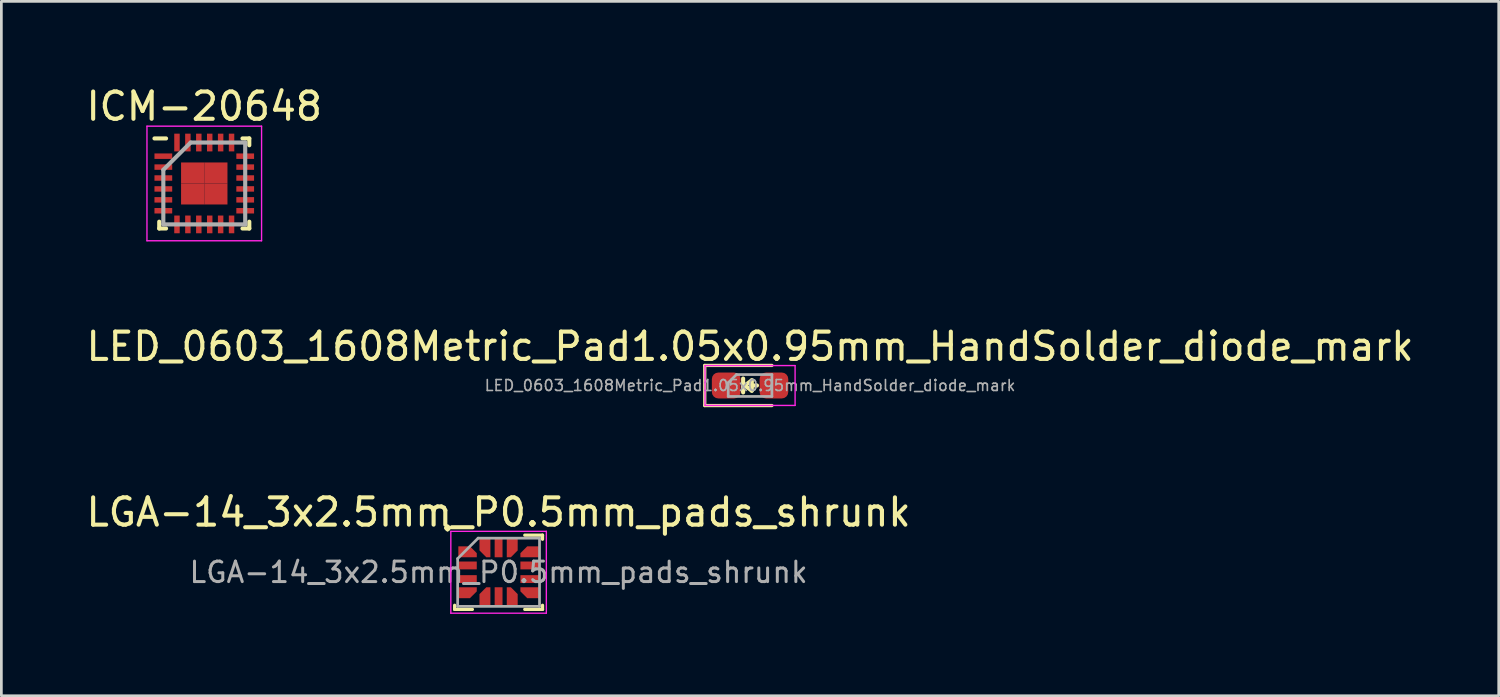
<source format=kicad_pcb>
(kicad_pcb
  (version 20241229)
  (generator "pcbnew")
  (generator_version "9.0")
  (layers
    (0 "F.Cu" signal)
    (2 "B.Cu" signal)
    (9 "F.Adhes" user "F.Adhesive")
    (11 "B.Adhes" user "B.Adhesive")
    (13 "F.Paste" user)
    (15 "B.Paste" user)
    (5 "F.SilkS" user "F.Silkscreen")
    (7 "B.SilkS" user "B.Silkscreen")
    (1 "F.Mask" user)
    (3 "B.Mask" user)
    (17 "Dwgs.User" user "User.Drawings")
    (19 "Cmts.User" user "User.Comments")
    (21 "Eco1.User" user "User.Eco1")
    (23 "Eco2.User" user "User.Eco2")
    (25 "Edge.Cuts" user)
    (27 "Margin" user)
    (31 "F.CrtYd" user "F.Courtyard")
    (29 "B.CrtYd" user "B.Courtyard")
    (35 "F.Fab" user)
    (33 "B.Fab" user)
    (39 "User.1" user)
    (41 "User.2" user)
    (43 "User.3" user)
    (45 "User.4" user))
  (footprint "LGA-14_3x2.5mm_P0.5mm_pads_shrunk"
    (layer "F.Cu")
    (at 15.22 17.92)
    (property "Reference" "LGA-14_3x2.5mm_P0.5mm_pads_shrunk" (at 0 -2.2 0) (layer "F.SilkS") (effects (font (size 1 1) (thickness 0.15))))
    (attr smd)
    (fp_line (start -1.61 1.36) (end -1.61 1.21) (stroke (width 0.12) (type solid)) (layer "F.SilkS"))
    (fp_line (start -0.96 1.36) (end -1.61 1.36) (stroke (width 0.12) (type solid)) (layer "F.SilkS"))
    (fp_line (start 0.96 -1.36) (end 1.61 -1.36) (stroke (width 0.12) (type solid)) (layer "F.SilkS"))
    (fp_line (start 0.96 1.36) (end 1.61 1.36) (stroke (width 0.12) (type solid)) (layer "F.SilkS"))
    (fp_line (start 1.61 -1.36) (end 1.61 -1.21) (stroke (width 0.12) (type solid)) (layer "F.SilkS"))
    (fp_line (start 1.61 1.36) (end 1.61 1.21) (stroke (width 0.12) (type solid)) (layer "F.SilkS"))
    (fp_line (start -1.75 -1.5) (end -1.75 1.5) (stroke (width 0.05) (type solid)) (layer "F.CrtYd"))
    (fp_line (start -1.75 1.5) (end 1.75 1.5) (stroke (width 0.05) (type solid)) (layer "F.CrtYd"))
    (fp_line (start 1.75 -1.5) (end -1.75 -1.5) (stroke (width 0.05) (type solid)) (layer "F.CrtYd"))
    (fp_line (start 1.75 1.5) (end 1.75 -1.5) (stroke (width 0.05) (type solid)) (layer "F.CrtYd"))
    (fp_line (start -1.5 -0.5) (end -0.75 -1.25) (stroke (width 0.1) (type solid)) (layer "F.Fab"))
    (fp_line (start -1.5 1.25) (end -1.5 -0.5) (stroke (width 0.1) (type solid)) (layer "F.Fab"))
    (fp_line (start -0.75 -1.25) (end 1.5 -1.25) (stroke (width 0.1) (type solid)) (layer "F.Fab"))
    (fp_line (start 1.5 -1.25) (end 1.5 1.25) (stroke (width 0.1) (type solid)) (layer "F.Fab"))
    (fp_line (start 1.5 1.25) (end -1.5 1.25) (stroke (width 0.1) (type solid)) (layer "F.Fab"))
    (fp_text user "." (at -1.87 -2.03 0) (layer "F.SilkS") (effects (font (size 1 1) (thickness 0.15))))
    (fp_text user "${REFERENCE}" (at 0 0 0) (layer "F.Fab") (effects (font (size 0.75 0.75) (thickness 0.11))))
    (pad "1" smd custom (at -1.137 -0.75) (size 0.4 0.4) (layers "F.Cu" "F.Mask" "F.Paste") (options (anchor circle)) (primitives (gr_poly (pts (xy -0.338 -0.2) (xy 0.087 -0.2) (xy 0.338 0.05) (xy 0.338 0.2) (xy -0.338 0.2)) (width 0) (fill yes))))
    (pad "2" smd rect (at -1.137 -0.25) (size 0.675 0.288) (layers "F.Cu" "F.Mask" "F.Paste"))
    (pad "3" smd rect (at -1.137 0.25) (size 0.675 0.288) (layers "F.Cu" "F.Mask" "F.Paste"))
    (pad "4" smd custom (at -1.137 0.75) (size 0.4 0.4) (layers "F.Cu" "F.Mask" "F.Paste") (options (anchor circle)) (primitives (gr_poly (pts (xy -0.338 -0.2) (xy 0.338 -0.2) (xy 0.338 -0.05) (xy 0.087 0.2) (xy -0.338 0.2)) (width 0) (fill yes))))
    (pad "5" smd custom (at -0.5 0.887) (size 0.4 0.4) (layers "F.Cu" "F.Mask" "F.Paste") (options (anchor circle)) (primitives (gr_poly (pts (xy -0.2 -0.087) (xy 0.05 -0.338) (xy 0.2 -0.338) (xy 0.2 0.338) (xy -0.2 0.338)) (width 0) (fill yes))))
    (pad "6" smd rect (at 0 0.887) (size 0.288 0.675) (layers "F.Cu" "F.Mask" "F.Paste"))
    (pad "7" smd custom (at 0.5 0.887) (size 0.4 0.4) (layers "F.Cu" "F.Mask" "F.Paste") (options (anchor circle)) (primitives (gr_poly (pts (xy -0.2 -0.338) (xy -0.05 -0.338) (xy 0.2 -0.087) (xy 0.2 0.338) (xy -0.2 0.338)) (width 0) (fill yes))))
    (pad "8" smd custom (at 1.137 0.75) (size 0.4 0.4) (layers "F.Cu" "F.Mask" "F.Paste") (options (anchor circle)) (primitives (gr_poly (pts (xy -0.338 -0.2) (xy 0.338 -0.2) (xy 0.338 0.2) (xy -0.087 0.2) (xy -0.338 -0.05)) (width 0) (fill yes))))
    (pad "9" smd rect (at 1.137 0.25) (size 0.675 0.288) (layers "F.Cu" "F.Mask" "F.Paste"))
    (pad "10" smd rect (at 1.137 -0.25) (size 0.675 0.288) (layers "F.Cu" "F.Mask" "F.Paste"))
    (pad "11" smd custom (at 1.137 -0.75) (size 0.4 0.4) (layers "F.Cu" "F.Mask" "F.Paste") (options (anchor circle)) (primitives (gr_poly (pts (xy -0.338 0.05) (xy -0.087 -0.2) (xy 0.338 -0.2) (xy 0.338 0.2) (xy -0.338 0.2)) (width 0) (fill yes))))
    (pad "12" smd custom (at 0.5 -0.887) (size 0.367 0.367) (layers "F.Cu" "F.Mask" "F.Paste") (options (anchor circle)) (primitives (gr_poly (pts (xy -0.2 -0.338) (xy 0.2 -0.338) (xy 0.2 0.087) (xy -0.05 0.338) (xy -0.2 0.338)) (width 0) (fill yes))))
    (pad "13" smd rect (at 0 -0.887) (size 0.288 0.675) (layers "F.Cu" "F.Mask" "F.Paste"))
    (pad "14" smd custom (at -0.5 -0.887) (size 0.367 0.367) (layers "F.Cu" "F.Mask" "F.Paste") (options (anchor circle)) (primitives (gr_poly (pts (xy -0.2 -0.338) (xy 0.2 -0.338) (xy 0.2 0.338) (xy 0.05 0.338) (xy -0.2 0.087)) (width 0) (fill yes)))))
  (footprint "LED_0603_1608Metric_Pad1.05x0.95mm_HandSolder_diode_mark"
    (layer "F.Cu")
    (at 24.435 11.076)
    (property "Reference" "LED_0603_1608Metric_Pad1.05x0.95mm_HandSolder_diode_mark" (at 0 -1.43 0) (layer "F.SilkS") (effects (font (size 1 1) (thickness 0.15))))
    (attr smd)
    (fp_line (start -1.66 -0.735) (end -1.66 0.735) (stroke (width 0.12) (type solid)) (layer "F.SilkS"))
    (fp_line (start -1.66 0.735) (end 0.8 0.735) (stroke (width 0.12) (type solid)) (layer "F.SilkS"))
    (fp_line (start -0.254 -0.254) (end -0.254 0.191) (stroke (width 0.15) (type solid)) (layer "F.SilkS"))
    (fp_line (start -0.254 0.191) (end -0.254 0.254) (stroke (width 0.15) (type solid)) (layer "F.SilkS"))
    (fp_line (start -0.191 0) (end 0.064 -0.191) (stroke (width 0.15) (type solid)) (layer "F.SilkS"))
    (fp_line (start 0.064 0) (end 0.064 -0.191) (stroke (width 0.15) (type solid)) (layer "F.SilkS"))
    (fp_line (start 0.064 0) (end 0.064 0.191) (stroke (width 0.15) (type solid)) (layer "F.SilkS"))
    (fp_line (start 0.064 0.191) (end -0.191 0) (stroke (width 0.15) (type solid)) (layer "F.SilkS"))
    (fp_line (start 0.254 0) (end 0.064 0) (stroke (width 0.15) (type solid)) (layer "F.SilkS"))
    (fp_line (start 0.8 -0.735) (end -1.66 -0.735) (stroke (width 0.12) (type solid)) (layer "F.SilkS"))
    (fp_line (start -1.65 -0.73) (end 1.65 -0.73) (stroke (width 0.05) (type solid)) (layer "F.CrtYd"))
    (fp_line (start -1.65 0.73) (end -1.65 -0.73) (stroke (width 0.05) (type solid)) (layer "F.CrtYd"))
    (fp_line (start 1.65 -0.73) (end 1.65 0.73) (stroke (width 0.05) (type solid)) (layer "F.CrtYd"))
    (fp_line (start 1.65 0.73) (end -1.65 0.73) (stroke (width 0.05) (type solid)) (layer "F.CrtYd"))
    (fp_line (start -0.8 -0.1) (end -0.8 0.4) (stroke (width 0.1) (type solid)) (layer "F.Fab"))
    (fp_line (start -0.8 0.4) (end 0.8 0.4) (stroke (width 0.1) (type solid)) (layer "F.Fab"))
    (fp_line (start -0.5 -0.4) (end -0.8 -0.1) (stroke (width 0.1) (type solid)) (layer "F.Fab"))
    (fp_line (start 0.8 -0.4) (end -0.5 -0.4) (stroke (width 0.1) (type solid)) (layer "F.Fab"))
    (fp_line (start 0.8 0.4) (end 0.8 -0.4) (stroke (width 0.1) (type solid)) (layer "F.Fab"))
    (fp_text user "${REFERENCE}" (at 0 0 0) (layer "F.Fab") (effects (font (size 0.4 0.4) (thickness 0.06))))
    (pad "1" smd roundrect (at -0.875 0) (size 1.05 0.95) (layers "F.Cu" "F.Mask" "F.Paste") (roundrect_rratio 0.25))
    (pad "2" smd roundrect (at 0.875 0) (size 1.05 0.95) (layers "F.Cu" "F.Mask" "F.Paste") (roundrect_rratio 0.25)))
  (footprint "ICM-20648"
    (layer "F.Cu")
    (at 4.435 3.673)
    (property "Reference" "ICM-20648" (at 0 -2.825 0) (layer "F.SilkS") (effects (font (size 1 1) (thickness 0.15))))
    (attr smd)
    (fp_line (start -1.65 1.65) (end -1.65 1.4) (stroke (width 0.15) (type solid)) (layer "F.SilkS"))
    (fp_line (start -1.4 -1.65) (end -1.825 -1.65) (stroke (width 0.15) (type solid)) (layer "F.SilkS"))
    (fp_line (start -1.4 1.65) (end -1.65 1.65) (stroke (width 0.15) (type solid)) (layer "F.SilkS"))
    (fp_line (start 1.4 -1.65) (end 1.65 -1.65) (stroke (width 0.15) (type solid)) (layer "F.SilkS"))
    (fp_line (start 1.4 1.65) (end 1.65 1.65) (stroke (width 0.15) (type solid)) (layer "F.SilkS"))
    (fp_line (start 1.65 -1.65) (end 1.65 -1.4) (stroke (width 0.15) (type solid)) (layer "F.SilkS"))
    (fp_line (start 1.65 1.65) (end 1.65 1.4) (stroke (width 0.15) (type solid)) (layer "F.SilkS"))
    (fp_line (start -2.1 -2.1) (end 2.1 -2.1) (stroke (width 0.05) (type solid)) (layer "F.CrtYd"))
    (fp_line (start -2.1 2.1) (end -2.1 -2.1) (stroke (width 0.05) (type solid)) (layer "F.CrtYd"))
    (fp_line (start 2.1 -2.1) (end 2.1 2.1) (stroke (width 0.05) (type solid)) (layer "F.CrtYd"))
    (fp_line (start 2.1 2.1) (end -2.1 2.1) (stroke (width 0.05) (type solid)) (layer "F.CrtYd"))
    (fp_line (start -1.5 -0.5) (end -1.5 1.5) (stroke (width 0.15) (type solid)) (layer "F.Fab"))
    (fp_line (start -1.5 1.5) (end 1.5 1.5) (stroke (width 0.15) (type solid)) (layer "F.Fab"))
    (fp_line (start -0.5 -1.5) (end -1.5 -0.5) (stroke (width 0.15) (type solid)) (layer "F.Fab"))
    (fp_line (start 1.5 -1.5) (end -0.5 -1.5) (stroke (width 0.15) (type solid)) (layer "F.Fab"))
    (fp_line (start 1.5 1.5) (end 1.5 -1.5) (stroke (width 0.15) (type solid)) (layer "F.Fab"))
    (pad "1" smd rect (at -1.5 -1 90) (size 0.2 0.65) (layers "F.Cu" "F.Mask" "F.Paste"))
    (pad "2" smd rect (at -1.5 -0.6 90) (size 0.2 0.65) (layers "F.Cu" "F.Mask" "F.Paste"))
    (pad "3" smd rect (at -1.5 -0.2 90) (size 0.2 0.65) (layers "F.Cu" "F.Mask" "F.Paste"))
    (pad "4" smd rect (at -1.5 0.2 90) (size 0.2 0.65) (layers "F.Cu" "F.Mask" "F.Paste"))
    (pad "5" smd rect (at -1.5 0.6 90) (size 0.2 0.65) (layers "F.Cu" "F.Mask" "F.Paste"))
    (pad "6" smd rect (at -1.5 1 90) (size 0.2 0.65) (layers "F.Cu" "F.Mask" "F.Paste"))
    (pad "7" smd rect (at -1 1.5) (size 0.2 0.65) (layers "F.Cu" "F.Mask" "F.Paste"))
    (pad "8" smd rect (at -0.6 1.5) (size 0.2 0.65) (layers "F.Cu" "F.Mask" "F.Paste"))
    (pad "9" smd rect (at -0.2 1.5) (size 0.2 0.65) (layers "F.Cu" "F.Mask" "F.Paste"))
    (pad "10" smd rect (at 0.2 1.5) (size 0.2 0.65) (layers "F.Cu" "F.Mask" "F.Paste"))
    (pad "11" smd rect (at 0.6 1.5) (size 0.2 0.65) (layers "F.Cu" "F.Mask" "F.Paste"))
    (pad "12" smd rect (at 1 1.5) (size 0.2 0.65) (layers "F.Cu" "F.Mask" "F.Paste"))
    (pad "13" smd rect (at 1.5 1 90) (size 0.2 0.65) (layers "F.Cu" "F.Mask" "F.Paste"))
    (pad "14" smd rect (at 1.5 0.6 90) (size 0.2 0.65) (layers "F.Cu" "F.Mask" "F.Paste"))
    (pad "15" smd rect (at 1.5 0.2 90) (size 0.2 0.65) (layers "F.Cu" "F.Mask" "F.Paste"))
    (pad "16" smd rect (at 1.5 -0.2 90) (size 0.2 0.65) (layers "F.Cu" "F.Mask" "F.Paste"))
    (pad "17" smd rect (at 1.5 -0.6 90) (size 0.2 0.65) (layers "F.Cu" "F.Mask" "F.Paste"))
    (pad "18" smd rect (at 1.5 -1 90) (size 0.2 0.65) (layers "F.Cu" "F.Mask" "F.Paste"))
    (pad "19" smd rect (at 1 -1.5) (size 0.2 0.65) (layers "F.Cu" "F.Mask" "F.Paste"))
    (pad "20" smd rect (at 0.6 -1.5) (size 0.2 0.65) (layers "F.Cu" "F.Mask" "F.Paste"))
    (pad "21" smd rect (at 0.2 -1.5) (size 0.2 0.65) (layers "F.Cu" "F.Mask" "F.Paste"))
    (pad "22" smd rect (at -0.2 -1.5) (size 0.2 0.65) (layers "F.Cu" "F.Mask" "F.Paste"))
    (pad "23" smd rect (at -0.6 -1.5) (size 0.2 0.65) (layers "F.Cu" "F.Mask" "F.Paste"))
    (pad "24" smd rect (at -1 -1.5) (size 0.2 0.65) (layers "F.Cu" "F.Mask" "F.Paste"))
    (pad "25" smd rect (at -0.425 -0.385) (size 0.85 0.77) (layers "F.Cu" "F.Mask" "F.Paste"))
    (pad "25" smd rect (at -0.425 0.385) (size 0.85 0.77) (layers "F.Cu" "F.Mask" "F.Paste"))
    (pad "25" smd rect (at 0.425 -0.385) (size 0.85 0.77) (layers "F.Cu" "F.Mask" "F.Paste"))
    (pad "25" smd rect (at 0.425 0.385) (size 0.85 0.77) (layers "F.Cu" "F.Mask" "F.Paste")))
  (gr_rect
    (start -3 -3)
    (end 51.869 22.445)
    (stroke (width 0.1) (type default))
    (fill no)
    (layer "Edge.Cuts")))
</source>
